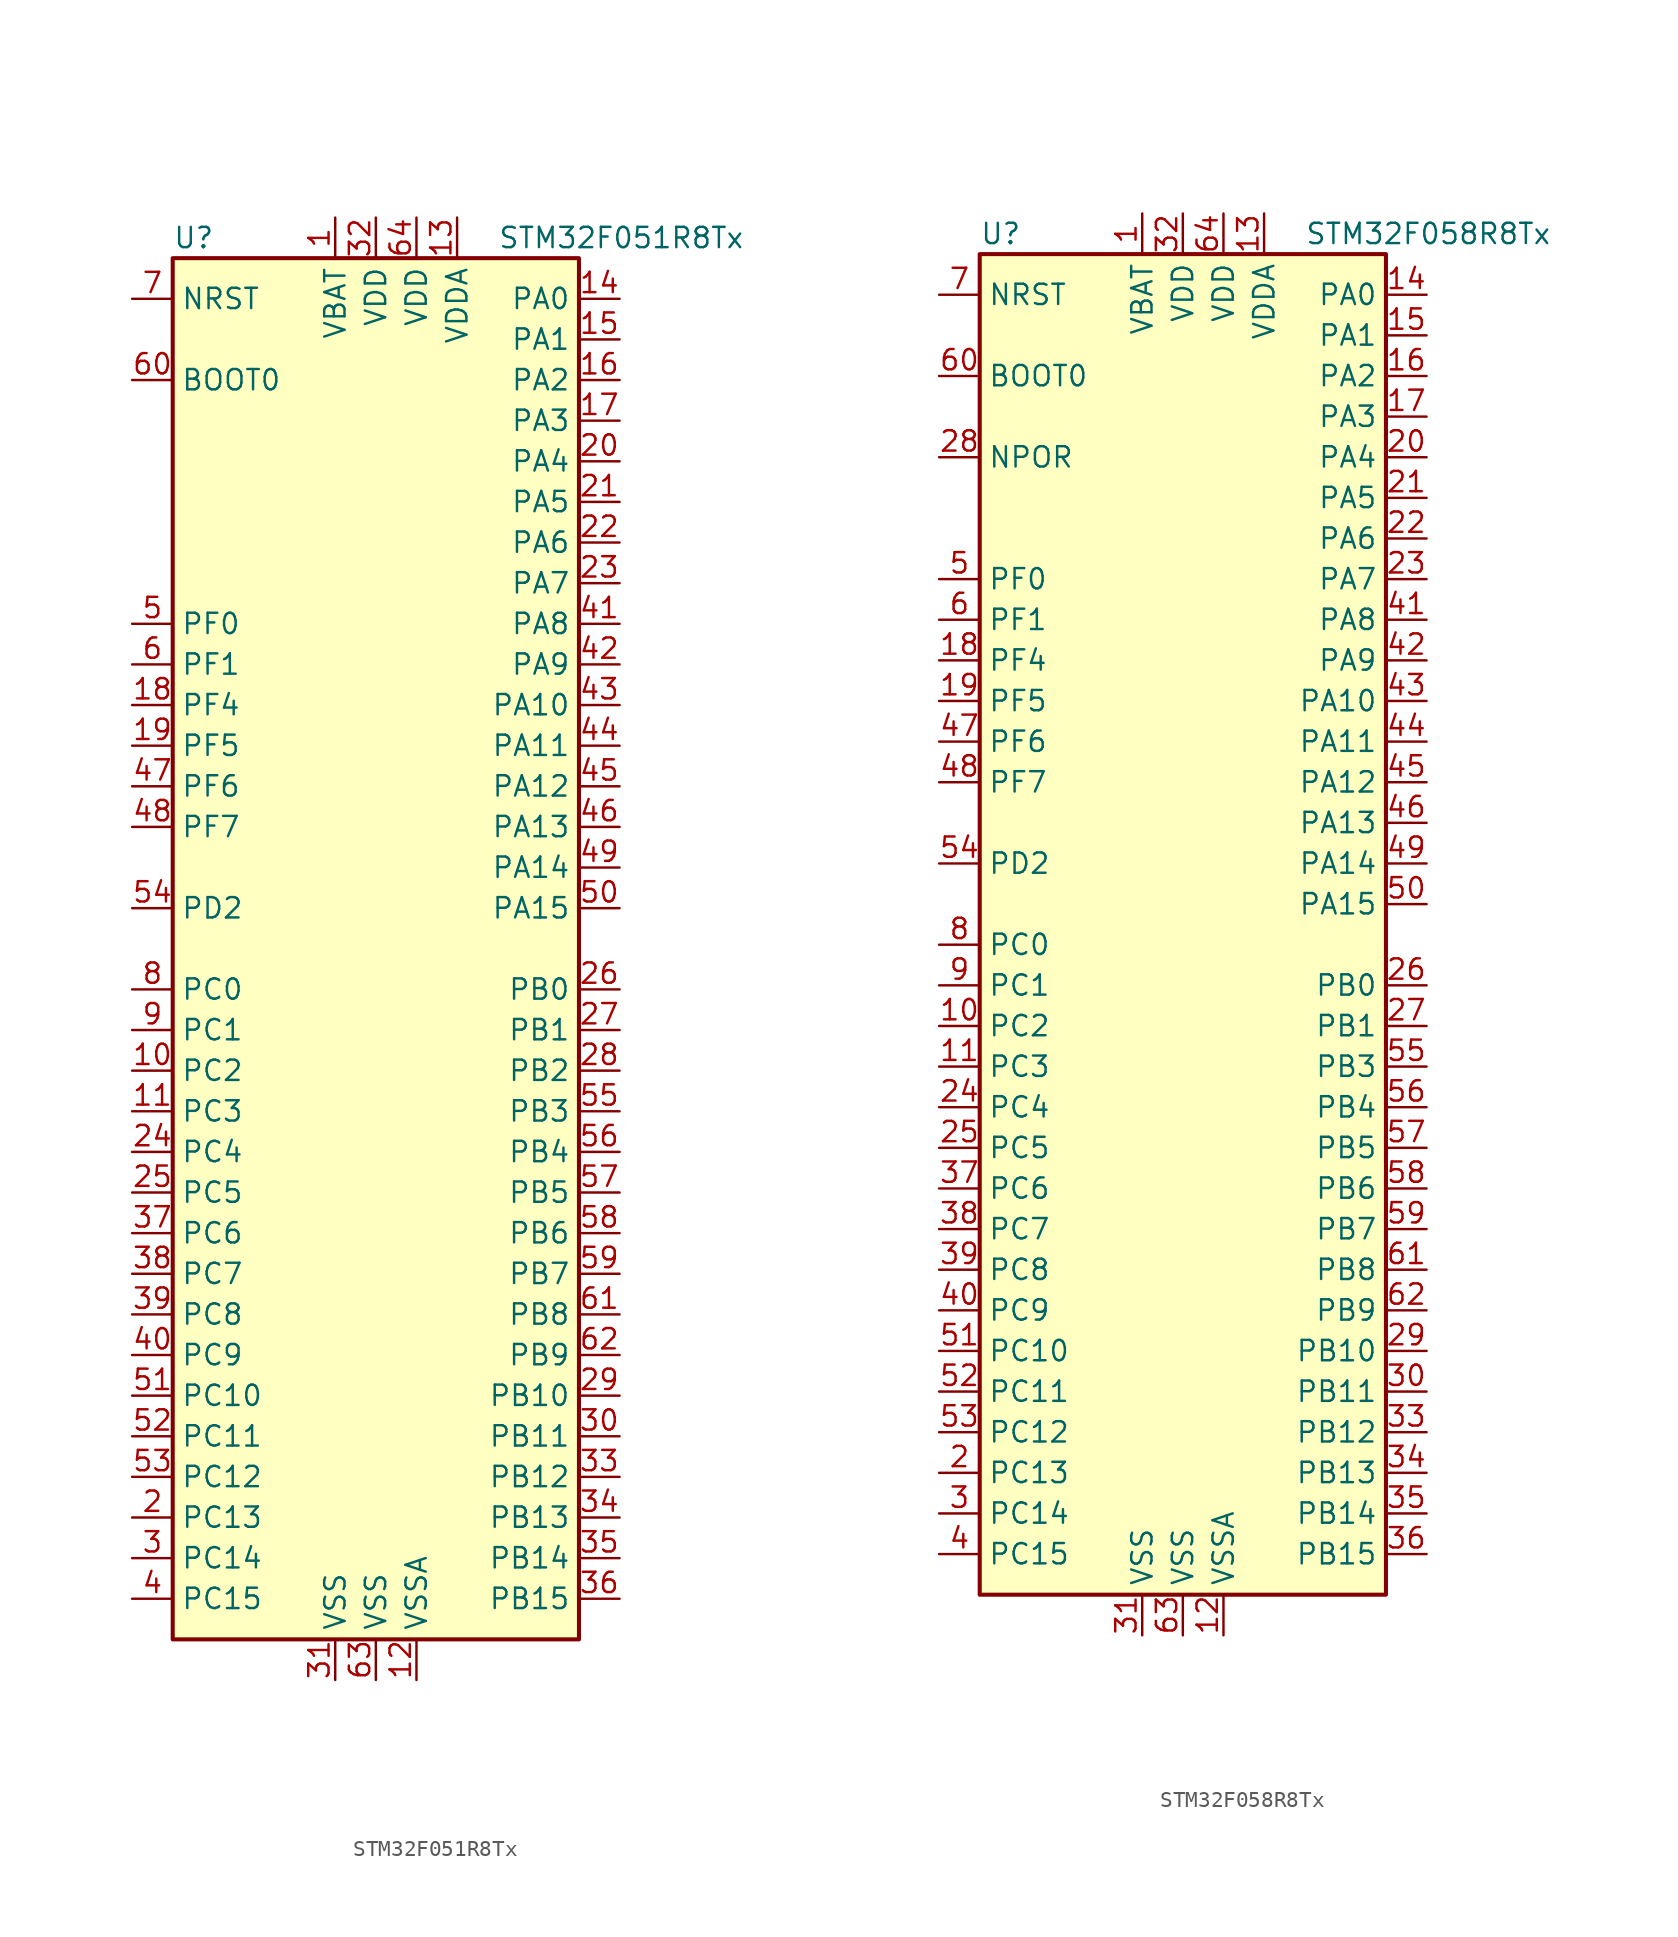
<source format=kicad_sym>
(kicad_symbol_lib
  (version 20211014)
  (generator kicad_symbol_editor)
  (symbol "STM32F051R8Tx"
    (property "Reference" "U"
      (at -12.7 44.45 0)
      (effects (font (size 1.27 1.27)) (justify left)))
    (property "Value" "STM32F051R8Tx"
      (at 7.62 44.45 0)
      (effects (font (size 1.27 1.27)) (justify left)))
    (symbol "STM32F051R8Tx_0_1"
      (rectangle (start -12.7 -43.18) (end 12.7 43.18) (stroke (width 0.254) (type default) (color 0 0 0 0)) (fill (type background))))
    (symbol "STM32F051R8Tx_1_1"
      (pin power_in line (at -2.54 45.72 270) (length 2.54) (name "VBAT" (effects (font (size 1.27 1.27)))) (number "1" (effects (font (size 1.27 1.27)))))
      (pin bidirectional line (at -15.24 -7.62 0) (length 2.54) (name "PC2" (effects (font (size 1.27 1.27)))) (number "10" (effects (font (size 1.27 1.27)))))
      (pin bidirectional line (at -15.24 -10.16 0) (length 2.54) (name "PC3" (effects (font (size 1.27 1.27)))) (number "11" (effects (font (size 1.27 1.27)))))
      (pin power_in line (at 2.54 -45.72 90) (length 2.54) (name "VSSA" (effects (font (size 1.27 1.27)))) (number "12" (effects (font (size 1.27 1.27)))))
      (pin power_in line (at 5.08 45.72 270) (length 2.54) (name "VDDA" (effects (font (size 1.27 1.27)))) (number "13" (effects (font (size 1.27 1.27)))))
      (pin bidirectional line (at 15.24 40.64 180) (length 2.54) (name "PA0" (effects (font (size 1.27 1.27)))) (number "14" (effects (font (size 1.27 1.27)))))
      (pin bidirectional line (at 15.24 38.1 180) (length 2.54) (name "PA1" (effects (font (size 1.27 1.27)))) (number "15" (effects (font (size 1.27 1.27)))))
      (pin bidirectional line (at 15.24 35.56 180) (length 2.54) (name "PA2" (effects (font (size 1.27 1.27)))) (number "16" (effects (font (size 1.27 1.27)))))
      (pin bidirectional line (at 15.24 33.02 180) (length 2.54) (name "PA3" (effects (font (size 1.27 1.27)))) (number "17" (effects (font (size 1.27 1.27)))))
      (pin bidirectional line (at -15.24 15.24 0) (length 2.54) (name "PF4" (effects (font (size 1.27 1.27)))) (number "18" (effects (font (size 1.27 1.27)))))
      (pin bidirectional line (at -15.24 12.7 0) (length 2.54) (name "PF5" (effects (font (size 1.27 1.27)))) (number "19" (effects (font (size 1.27 1.27)))))
      (pin bidirectional line (at -15.24 -35.56 0) (length 2.54) (name "PC13" (effects (font (size 1.27 1.27)))) (number "2" (effects (font (size 1.27 1.27)))))
      (pin bidirectional line (at 15.24 30.48 180) (length 2.54) (name "PA4" (effects (font (size 1.27 1.27)))) (number "20" (effects (font (size 1.27 1.27)))))
      (pin bidirectional line (at 15.24 27.94 180) (length 2.54) (name "PA5" (effects (font (size 1.27 1.27)))) (number "21" (effects (font (size 1.27 1.27)))))
      (pin bidirectional line (at 15.24 25.4 180) (length 2.54) (name "PA6" (effects (font (size 1.27 1.27)))) (number "22" (effects (font (size 1.27 1.27)))))
      (pin bidirectional line (at 15.24 22.86 180) (length 2.54) (name "PA7" (effects (font (size 1.27 1.27)))) (number "23" (effects (font (size 1.27 1.27)))))
      (pin bidirectional line (at -15.24 -12.7 0) (length 2.54) (name "PC4" (effects (font (size 1.27 1.27)))) (number "24" (effects (font (size 1.27 1.27)))))
      (pin bidirectional line (at -15.24 -15.24 0) (length 2.54) (name "PC5" (effects (font (size 1.27 1.27)))) (number "25" (effects (font (size 1.27 1.27)))))
      (pin bidirectional line (at 15.24 -2.54 180) (length 2.54) (name "PB0" (effects (font (size 1.27 1.27)))) (number "26" (effects (font (size 1.27 1.27)))))
      (pin bidirectional line (at 15.24 -5.08 180) (length 2.54) (name "PB1" (effects (font (size 1.27 1.27)))) (number "27" (effects (font (size 1.27 1.27)))))
      (pin bidirectional line (at 15.24 -7.62 180) (length 2.54) (name "PB2" (effects (font (size 1.27 1.27)))) (number "28" (effects (font (size 1.27 1.27)))))
      (pin bidirectional line (at 15.24 -27.94 180) (length 2.54) (name "PB10" (effects (font (size 1.27 1.27)))) (number "29" (effects (font (size 1.27 1.27)))))
      (pin bidirectional line (at -15.24 -38.1 0) (length 2.54) (name "PC14" (effects (font (size 1.27 1.27)))) (number "3" (effects (font (size 1.27 1.27)))))
      (pin bidirectional line (at 15.24 -30.48 180) (length 2.54) (name "PB11" (effects (font (size 1.27 1.27)))) (number "30" (effects (font (size 1.27 1.27)))))
      (pin power_in line (at -2.54 -45.72 90) (length 2.54) (name "VSS" (effects (font (size 1.27 1.27)))) (number "31" (effects (font (size 1.27 1.27)))))
      (pin power_in line (at 0 45.72 270) (length 2.54) (name "VDD" (effects (font (size 1.27 1.27)))) (number "32" (effects (font (size 1.27 1.27)))))
      (pin bidirectional line (at 15.24 -33.02 180) (length 2.54) (name "PB12" (effects (font (size 1.27 1.27)))) (number "33" (effects (font (size 1.27 1.27)))))
      (pin bidirectional line (at 15.24 -35.56 180) (length 2.54) (name "PB13" (effects (font (size 1.27 1.27)))) (number "34" (effects (font (size 1.27 1.27)))))
      (pin bidirectional line (at 15.24 -38.1 180) (length 2.54) (name "PB14" (effects (font (size 1.27 1.27)))) (number "35" (effects (font (size 1.27 1.27)))))
      (pin bidirectional line (at 15.24 -40.64 180) (length 2.54) (name "PB15" (effects (font (size 1.27 1.27)))) (number "36" (effects (font (size 1.27 1.27)))))
      (pin bidirectional line (at -15.24 -17.78 0) (length 2.54) (name "PC6" (effects (font (size 1.27 1.27)))) (number "37" (effects (font (size 1.27 1.27)))))
      (pin bidirectional line (at -15.24 -20.32 0) (length 2.54) (name "PC7" (effects (font (size 1.27 1.27)))) (number "38" (effects (font (size 1.27 1.27)))))
      (pin bidirectional line (at -15.24 -22.86 0) (length 2.54) (name "PC8" (effects (font (size 1.27 1.27)))) (number "39" (effects (font (size 1.27 1.27)))))
      (pin bidirectional line (at -15.24 -40.64 0) (length 2.54) (name "PC15" (effects (font (size 1.27 1.27)))) (number "4" (effects (font (size 1.27 1.27)))))
      (pin bidirectional line (at -15.24 -25.4 0) (length 2.54) (name "PC9" (effects (font (size 1.27 1.27)))) (number "40" (effects (font (size 1.27 1.27)))))
      (pin bidirectional line (at 15.24 20.32 180) (length 2.54) (name "PA8" (effects (font (size 1.27 1.27)))) (number "41" (effects (font (size 1.27 1.27)))))
      (pin bidirectional line (at 15.24 17.78 180) (length 2.54) (name "PA9" (effects (font (size 1.27 1.27)))) (number "42" (effects (font (size 1.27 1.27)))))
      (pin bidirectional line (at 15.24 15.24 180) (length 2.54) (name "PA10" (effects (font (size 1.27 1.27)))) (number "43" (effects (font (size 1.27 1.27)))))
      (pin bidirectional line (at 15.24 12.7 180) (length 2.54) (name "PA11" (effects (font (size 1.27 1.27)))) (number "44" (effects (font (size 1.27 1.27)))))
      (pin bidirectional line (at 15.24 10.16 180) (length 2.54) (name "PA12" (effects (font (size 1.27 1.27)))) (number "45" (effects (font (size 1.27 1.27)))))
      (pin bidirectional line (at 15.24 7.62 180) (length 2.54) (name "PA13" (effects (font (size 1.27 1.27)))) (number "46" (effects (font (size 1.27 1.27)))))
      (pin bidirectional line (at -15.24 10.16 0) (length 2.54) (name "PF6" (effects (font (size 1.27 1.27)))) (number "47" (effects (font (size 1.27 1.27)))))
      (pin bidirectional line (at -15.24 7.62 0) (length 2.54) (name "PF7" (effects (font (size 1.27 1.27)))) (number "48" (effects (font (size 1.27 1.27)))))
      (pin bidirectional line (at 15.24 5.08 180) (length 2.54) (name "PA14" (effects (font (size 1.27 1.27)))) (number "49" (effects (font (size 1.27 1.27)))))
      (pin input line (at -15.24 20.32 0) (length 2.54) (name "PF0" (effects (font (size 1.27 1.27)))) (number "5" (effects (font (size 1.27 1.27)))))
      (pin bidirectional line (at 15.24 2.54 180) (length 2.54) (name "PA15" (effects (font (size 1.27 1.27)))) (number "50" (effects (font (size 1.27 1.27)))))
      (pin bidirectional line (at -15.24 -27.94 0) (length 2.54) (name "PC10" (effects (font (size 1.27 1.27)))) (number "51" (effects (font (size 1.27 1.27)))))
      (pin bidirectional line (at -15.24 -30.48 0) (length 2.54) (name "PC11" (effects (font (size 1.27 1.27)))) (number "52" (effects (font (size 1.27 1.27)))))
      (pin bidirectional line (at -15.24 -33.02 0) (length 2.54) (name "PC12" (effects (font (size 1.27 1.27)))) (number "53" (effects (font (size 1.27 1.27)))))
      (pin bidirectional line (at -15.24 2.54 0) (length 2.54) (name "PD2" (effects (font (size 1.27 1.27)))) (number "54" (effects (font (size 1.27 1.27)))))
      (pin bidirectional line (at 15.24 -10.16 180) (length 2.54) (name "PB3" (effects (font (size 1.27 1.27)))) (number "55" (effects (font (size 1.27 1.27)))))
      (pin bidirectional line (at 15.24 -12.7 180) (length 2.54) (name "PB4" (effects (font (size 1.27 1.27)))) (number "56" (effects (font (size 1.27 1.27)))))
      (pin bidirectional line (at 15.24 -15.24 180) (length 2.54) (name "PB5" (effects (font (size 1.27 1.27)))) (number "57" (effects (font (size 1.27 1.27)))))
      (pin bidirectional line (at 15.24 -17.78 180) (length 2.54) (name "PB6" (effects (font (size 1.27 1.27)))) (number "58" (effects (font (size 1.27 1.27)))))
      (pin bidirectional line (at 15.24 -20.32 180) (length 2.54) (name "PB7" (effects (font (size 1.27 1.27)))) (number "59" (effects (font (size 1.27 1.27)))))
      (pin input line (at -15.24 17.78 0) (length 2.54) (name "PF1" (effects (font (size 1.27 1.27)))) (number "6" (effects (font (size 1.27 1.27)))))
      (pin input line (at -15.24 35.56 0) (length 2.54) (name "BOOT0" (effects (font (size 1.27 1.27)))) (number "60" (effects (font (size 1.27 1.27)))))
      (pin bidirectional line (at 15.24 -22.86 180) (length 2.54) (name "PB8" (effects (font (size 1.27 1.27)))) (number "61" (effects (font (size 1.27 1.27)))))
      (pin bidirectional line (at 15.24 -25.4 180) (length 2.54) (name "PB9" (effects (font (size 1.27 1.27)))) (number "62" (effects (font (size 1.27 1.27)))))
      (pin power_in line (at 0 -45.72 90) (length 2.54) (name "VSS" (effects (font (size 1.27 1.27)))) (number "63" (effects (font (size 1.27 1.27)))))
      (pin power_in line (at 2.54 45.72 270) (length 2.54) (name "VDD" (effects (font (size 1.27 1.27)))) (number "64" (effects (font (size 1.27 1.27)))))
      (pin input line (at -15.24 40.64 0) (length 2.54) (name "NRST" (effects (font (size 1.27 1.27)))) (number "7" (effects (font (size 1.27 1.27)))))
      (pin bidirectional line (at -15.24 -2.54 0) (length 2.54) (name "PC0" (effects (font (size 1.27 1.27)))) (number "8" (effects (font (size 1.27 1.27)))))
      (pin bidirectional line (at -15.24 -5.08 0) (length 2.54) (name "PC1" (effects (font (size 1.27 1.27)))) (number "9" (effects (font (size 1.27 1.27)))))))
  (symbol "STM32F058R8Tx"
    (property "Reference" "U"
      (at -12.7 41.91 0)
      (effects (font (size 1.27 1.27)) (justify left)))
    (property "Value" "STM32F058R8Tx"
      (at 7.62 41.91 0)
      (effects (font (size 1.27 1.27)) (justify left)))
    (symbol "STM32F058R8Tx_0_1"
      (rectangle (start -12.7 -43.18) (end 12.7 40.64) (stroke (width 0.254) (type default) (color 0 0 0 0)) (fill (type background))))
    (symbol "STM32F058R8Tx_1_1"
      (pin power_in line (at -2.54 43.18 270) (length 2.54) (name "VBAT" (effects (font (size 1.27 1.27)))) (number "1" (effects (font (size 1.27 1.27)))))
      (pin bidirectional line (at -15.24 -7.62 0) (length 2.54) (name "PC2" (effects (font (size 1.27 1.27)))) (number "10" (effects (font (size 1.27 1.27)))))
      (pin bidirectional line (at -15.24 -10.16 0) (length 2.54) (name "PC3" (effects (font (size 1.27 1.27)))) (number "11" (effects (font (size 1.27 1.27)))))
      (pin power_in line (at 2.54 -45.72 90) (length 2.54) (name "VSSA" (effects (font (size 1.27 1.27)))) (number "12" (effects (font (size 1.27 1.27)))))
      (pin power_in line (at 5.08 43.18 270) (length 2.54) (name "VDDA" (effects (font (size 1.27 1.27)))) (number "13" (effects (font (size 1.27 1.27)))))
      (pin bidirectional line (at 15.24 38.1 180) (length 2.54) (name "PA0" (effects (font (size 1.27 1.27)))) (number "14" (effects (font (size 1.27 1.27)))))
      (pin bidirectional line (at 15.24 35.56 180) (length 2.54) (name "PA1" (effects (font (size 1.27 1.27)))) (number "15" (effects (font (size 1.27 1.27)))))
      (pin bidirectional line (at 15.24 33.02 180) (length 2.54) (name "PA2" (effects (font (size 1.27 1.27)))) (number "16" (effects (font (size 1.27 1.27)))))
      (pin bidirectional line (at 15.24 30.48 180) (length 2.54) (name "PA3" (effects (font (size 1.27 1.27)))) (number "17" (effects (font (size 1.27 1.27)))))
      (pin bidirectional line (at -15.24 15.24 0) (length 2.54) (name "PF4" (effects (font (size 1.27 1.27)))) (number "18" (effects (font (size 1.27 1.27)))))
      (pin bidirectional line (at -15.24 12.7 0) (length 2.54) (name "PF5" (effects (font (size 1.27 1.27)))) (number "19" (effects (font (size 1.27 1.27)))))
      (pin bidirectional line (at -15.24 -35.56 0) (length 2.54) (name "PC13" (effects (font (size 1.27 1.27)))) (number "2" (effects (font (size 1.27 1.27)))))
      (pin bidirectional line (at 15.24 27.94 180) (length 2.54) (name "PA4" (effects (font (size 1.27 1.27)))) (number "20" (effects (font (size 1.27 1.27)))))
      (pin bidirectional line (at 15.24 25.4 180) (length 2.54) (name "PA5" (effects (font (size 1.27 1.27)))) (number "21" (effects (font (size 1.27 1.27)))))
      (pin bidirectional line (at 15.24 22.86 180) (length 2.54) (name "PA6" (effects (font (size 1.27 1.27)))) (number "22" (effects (font (size 1.27 1.27)))))
      (pin bidirectional line (at 15.24 20.32 180) (length 2.54) (name "PA7" (effects (font (size 1.27 1.27)))) (number "23" (effects (font (size 1.27 1.27)))))
      (pin bidirectional line (at -15.24 -12.7 0) (length 2.54) (name "PC4" (effects (font (size 1.27 1.27)))) (number "24" (effects (font (size 1.27 1.27)))))
      (pin bidirectional line (at -15.24 -15.24 0) (length 2.54) (name "PC5" (effects (font (size 1.27 1.27)))) (number "25" (effects (font (size 1.27 1.27)))))
      (pin bidirectional line (at 15.24 -5.08 180) (length 2.54) (name "PB0" (effects (font (size 1.27 1.27)))) (number "26" (effects (font (size 1.27 1.27)))))
      (pin bidirectional line (at 15.24 -7.62 180) (length 2.54) (name "PB1" (effects (font (size 1.27 1.27)))) (number "27" (effects (font (size 1.27 1.27)))))
      (pin power_in line (at -15.24 27.94 0) (length 2.54) (name "NPOR" (effects (font (size 1.27 1.27)))) (number "28" (effects (font (size 1.27 1.27)))))
      (pin bidirectional line (at 15.24 -27.94 180) (length 2.54) (name "PB10" (effects (font (size 1.27 1.27)))) (number "29" (effects (font (size 1.27 1.27)))))
      (pin bidirectional line (at -15.24 -38.1 0) (length 2.54) (name "PC14" (effects (font (size 1.27 1.27)))) (number "3" (effects (font (size 1.27 1.27)))))
      (pin bidirectional line (at 15.24 -30.48 180) (length 2.54) (name "PB11" (effects (font (size 1.27 1.27)))) (number "30" (effects (font (size 1.27 1.27)))))
      (pin power_in line (at -2.54 -45.72 90) (length 2.54) (name "VSS" (effects (font (size 1.27 1.27)))) (number "31" (effects (font (size 1.27 1.27)))))
      (pin power_in line (at 0 43.18 270) (length 2.54) (name "VDD" (effects (font (size 1.27 1.27)))) (number "32" (effects (font (size 1.27 1.27)))))
      (pin bidirectional line (at 15.24 -33.02 180) (length 2.54) (name "PB12" (effects (font (size 1.27 1.27)))) (number "33" (effects (font (size 1.27 1.27)))))
      (pin bidirectional line (at 15.24 -35.56 180) (length 2.54) (name "PB13" (effects (font (size 1.27 1.27)))) (number "34" (effects (font (size 1.27 1.27)))))
      (pin bidirectional line (at 15.24 -38.1 180) (length 2.54) (name "PB14" (effects (font (size 1.27 1.27)))) (number "35" (effects (font (size 1.27 1.27)))))
      (pin bidirectional line (at 15.24 -40.64 180) (length 2.54) (name "PB15" (effects (font (size 1.27 1.27)))) (number "36" (effects (font (size 1.27 1.27)))))
      (pin bidirectional line (at -15.24 -17.78 0) (length 2.54) (name "PC6" (effects (font (size 1.27 1.27)))) (number "37" (effects (font (size 1.27 1.27)))))
      (pin bidirectional line (at -15.24 -20.32 0) (length 2.54) (name "PC7" (effects (font (size 1.27 1.27)))) (number "38" (effects (font (size 1.27 1.27)))))
      (pin bidirectional line (at -15.24 -22.86 0) (length 2.54) (name "PC8" (effects (font (size 1.27 1.27)))) (number "39" (effects (font (size 1.27 1.27)))))
      (pin bidirectional line (at -15.24 -40.64 0) (length 2.54) (name "PC15" (effects (font (size 1.27 1.27)))) (number "4" (effects (font (size 1.27 1.27)))))
      (pin bidirectional line (at -15.24 -25.4 0) (length 2.54) (name "PC9" (effects (font (size 1.27 1.27)))) (number "40" (effects (font (size 1.27 1.27)))))
      (pin bidirectional line (at 15.24 17.78 180) (length 2.54) (name "PA8" (effects (font (size 1.27 1.27)))) (number "41" (effects (font (size 1.27 1.27)))))
      (pin bidirectional line (at 15.24 15.24 180) (length 2.54) (name "PA9" (effects (font (size 1.27 1.27)))) (number "42" (effects (font (size 1.27 1.27)))))
      (pin bidirectional line (at 15.24 12.7 180) (length 2.54) (name "PA10" (effects (font (size 1.27 1.27)))) (number "43" (effects (font (size 1.27 1.27)))))
      (pin bidirectional line (at 15.24 10.16 180) (length 2.54) (name "PA11" (effects (font (size 1.27 1.27)))) (number "44" (effects (font (size 1.27 1.27)))))
      (pin bidirectional line (at 15.24 7.62 180) (length 2.54) (name "PA12" (effects (font (size 1.27 1.27)))) (number "45" (effects (font (size 1.27 1.27)))))
      (pin bidirectional line (at 15.24 5.08 180) (length 2.54) (name "PA13" (effects (font (size 1.27 1.27)))) (number "46" (effects (font (size 1.27 1.27)))))
      (pin bidirectional line (at -15.24 10.16 0) (length 2.54) (name "PF6" (effects (font (size 1.27 1.27)))) (number "47" (effects (font (size 1.27 1.27)))))
      (pin bidirectional line (at -15.24 7.62 0) (length 2.54) (name "PF7" (effects (font (size 1.27 1.27)))) (number "48" (effects (font (size 1.27 1.27)))))
      (pin bidirectional line (at 15.24 2.54 180) (length 2.54) (name "PA14" (effects (font (size 1.27 1.27)))) (number "49" (effects (font (size 1.27 1.27)))))
      (pin input line (at -15.24 20.32 0) (length 2.54) (name "PF0" (effects (font (size 1.27 1.27)))) (number "5" (effects (font (size 1.27 1.27)))))
      (pin bidirectional line (at 15.24 0 180) (length 2.54) (name "PA15" (effects (font (size 1.27 1.27)))) (number "50" (effects (font (size 1.27 1.27)))))
      (pin bidirectional line (at -15.24 -27.94 0) (length 2.54) (name "PC10" (effects (font (size 1.27 1.27)))) (number "51" (effects (font (size 1.27 1.27)))))
      (pin bidirectional line (at -15.24 -30.48 0) (length 2.54) (name "PC11" (effects (font (size 1.27 1.27)))) (number "52" (effects (font (size 1.27 1.27)))))
      (pin bidirectional line (at -15.24 -33.02 0) (length 2.54) (name "PC12" (effects (font (size 1.27 1.27)))) (number "53" (effects (font (size 1.27 1.27)))))
      (pin bidirectional line (at -15.24 2.54 0) (length 2.54) (name "PD2" (effects (font (size 1.27 1.27)))) (number "54" (effects (font (size 1.27 1.27)))))
      (pin bidirectional line (at 15.24 -10.16 180) (length 2.54) (name "PB3" (effects (font (size 1.27 1.27)))) (number "55" (effects (font (size 1.27 1.27)))))
      (pin bidirectional line (at 15.24 -12.7 180) (length 2.54) (name "PB4" (effects (font (size 1.27 1.27)))) (number "56" (effects (font (size 1.27 1.27)))))
      (pin bidirectional line (at 15.24 -15.24 180) (length 2.54) (name "PB5" (effects (font (size 1.27 1.27)))) (number "57" (effects (font (size 1.27 1.27)))))
      (pin bidirectional line (at 15.24 -17.78 180) (length 2.54) (name "PB6" (effects (font (size 1.27 1.27)))) (number "58" (effects (font (size 1.27 1.27)))))
      (pin bidirectional line (at 15.24 -20.32 180) (length 2.54) (name "PB7" (effects (font (size 1.27 1.27)))) (number "59" (effects (font (size 1.27 1.27)))))
      (pin input line (at -15.24 17.78 0) (length 2.54) (name "PF1" (effects (font (size 1.27 1.27)))) (number "6" (effects (font (size 1.27 1.27)))))
      (pin input line (at -15.24 33.02 0) (length 2.54) (name "BOOT0" (effects (font (size 1.27 1.27)))) (number "60" (effects (font (size 1.27 1.27)))))
      (pin bidirectional line (at 15.24 -22.86 180) (length 2.54) (name "PB8" (effects (font (size 1.27 1.27)))) (number "61" (effects (font (size 1.27 1.27)))))
      (pin bidirectional line (at 15.24 -25.4 180) (length 2.54) (name "PB9" (effects (font (size 1.27 1.27)))) (number "62" (effects (font (size 1.27 1.27)))))
      (pin power_in line (at 0 -45.72 90) (length 2.54) (name "VSS" (effects (font (size 1.27 1.27)))) (number "63" (effects (font (size 1.27 1.27)))))
      (pin power_in line (at 2.54 43.18 270) (length 2.54) (name "VDD" (effects (font (size 1.27 1.27)))) (number "64" (effects (font (size 1.27 1.27)))))
      (pin input line (at -15.24 38.1 0) (length 2.54) (name "NRST" (effects (font (size 1.27 1.27)))) (number "7" (effects (font (size 1.27 1.27)))))
      (pin bidirectional line (at -15.24 -2.54 0) (length 2.54) (name "PC0" (effects (font (size 1.27 1.27)))) (number "8" (effects (font (size 1.27 1.27)))))
      (pin bidirectional line (at -15.24 -5.08 0) (length 2.54) (name "PC1" (effects (font (size 1.27 1.27)))) (number "9" (effects (font (size 1.27 1.27))))))))
</source>
